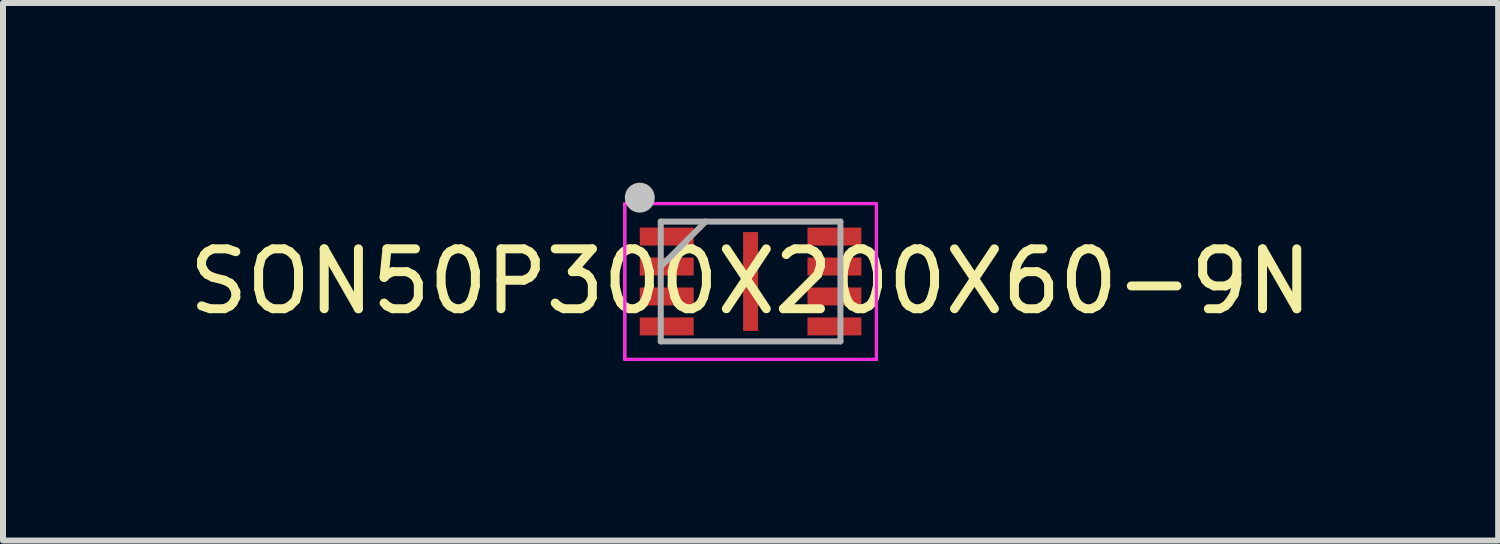
<source format=kicad_pcb>
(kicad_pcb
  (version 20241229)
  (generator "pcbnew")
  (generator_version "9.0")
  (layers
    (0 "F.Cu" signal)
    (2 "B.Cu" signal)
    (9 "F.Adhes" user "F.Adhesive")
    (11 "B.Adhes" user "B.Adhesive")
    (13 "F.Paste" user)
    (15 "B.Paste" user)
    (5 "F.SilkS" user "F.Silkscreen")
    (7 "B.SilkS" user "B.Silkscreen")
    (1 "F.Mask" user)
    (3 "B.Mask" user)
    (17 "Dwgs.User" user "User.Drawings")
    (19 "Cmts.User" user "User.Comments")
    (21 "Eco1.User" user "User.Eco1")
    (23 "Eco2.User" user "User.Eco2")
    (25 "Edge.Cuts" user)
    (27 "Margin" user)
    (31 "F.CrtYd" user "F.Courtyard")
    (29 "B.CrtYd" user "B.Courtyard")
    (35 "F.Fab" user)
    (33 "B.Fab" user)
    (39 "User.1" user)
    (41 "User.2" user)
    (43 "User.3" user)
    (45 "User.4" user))
  (footprint "SON50P300X200X60-9N"
    (layer "F.Cu")
    (at 9.482 1.65)
    (property "Reference" "SON50P300X200X60-9N" (at 0 0 0) (layer "F.SilkS") (effects (font (size 1 1) (thickness 0.15))))
    (attr smd)
    (fp_circle (center -1.85 -1.4) (end -1.725 -1.4) (stroke (width 0.25) (type solid)) (fill no) (layer "Dwgs.User"))
    (fp_line (start -2.1 -1.3) (end 2.1 -1.3) (stroke (width 0.05) (type solid)) (layer "F.CrtYd"))
    (fp_line (start -2.1 1.3) (end -2.1 -1.3) (stroke (width 0.05) (type solid)) (layer "F.CrtYd"))
    (fp_line (start 2.1 -1.3) (end 2.1 1.3) (stroke (width 0.05) (type solid)) (layer "F.CrtYd"))
    (fp_line (start 2.1 1.3) (end -2.1 1.3) (stroke (width 0.05) (type solid)) (layer "F.CrtYd"))
    (fp_line (start -2.1 -1.3) (end 2.1 -1.3) (stroke (width 0.05) (type solid)) (layer "F.Fab"))
    (fp_line (start -2.1 1.3) (end -2.1 -1.3) (stroke (width 0.05) (type solid)) (layer "F.Fab"))
    (fp_line (start -1.5 -1) (end -0.75 -1) (stroke (width 0.1) (type solid)) (layer "F.Fab"))
    (fp_line (start -1.5 -0.25) (end -1.5 -1) (stroke (width 0.1) (type solid)) (layer "F.Fab"))
    (fp_line (start -1.5 -0.25) (end -0.75 -1) (stroke (width 0.1) (type solid)) (layer "F.Fab"))
    (fp_line (start -1.5 1) (end -1.5 -0.25) (stroke (width 0.1) (type solid)) (layer "F.Fab"))
    (fp_line (start -0.75 -1) (end 1.5 -1) (stroke (width 0.1) (type solid)) (layer "F.Fab"))
    (fp_line (start 1.5 -1) (end 1.5 1) (stroke (width 0.1) (type solid)) (layer "F.Fab"))
    (fp_line (start 1.5 1) (end -1.5 1) (stroke (width 0.1) (type solid)) (layer "F.Fab"))
    (fp_line (start 2.1 -1.3) (end 2.1 1.3) (stroke (width 0.05) (type solid)) (layer "F.Fab"))
    (fp_line (start 2.1 1.3) (end -2.1 1.3) (stroke (width 0.05) (type solid)) (layer "F.Fab"))
    (pad "1" smd rect (at -1.4 -0.75) (size 0.9 0.3) (layers "F.Cu" "F.Mask" "F.Paste"))
    (pad "2" smd rect (at -1.4 -0.25) (size 0.9 0.3) (layers "F.Cu" "F.Mask" "F.Paste"))
    (pad "3" smd rect (at -1.4 0.25) (size 0.9 0.3) (layers "F.Cu" "F.Mask" "F.Paste"))
    (pad "4" smd rect (at -1.4 0.75) (size 0.9 0.3) (layers "F.Cu" "F.Mask" "F.Paste"))
    (pad "5" smd rect (at 1.4 0.75) (size 0.9 0.3) (layers "F.Cu" "F.Mask" "F.Paste"))
    (pad "6" smd rect (at 1.4 0.25) (size 0.9 0.3) (layers "F.Cu" "F.Mask" "F.Paste"))
    (pad "7" smd rect (at 1.4 -0.25) (size 0.9 0.3) (layers "F.Cu" "F.Mask" "F.Paste"))
    (pad "8" smd rect (at 1.4 -0.75) (size 0.9 0.3) (layers "F.Cu" "F.Mask" "F.Paste"))
    (pad "9" smd rect (at 0 0 90) (size 1.65 0.25) (layers "F.Cu" "F.Mask" "F.Paste")))
  (gr_rect
    (start -3 -3)
    (end 21.964 5.975)
    (stroke (width 0.1) (type default))
    (fill no)
    (layer "Edge.Cuts")))
</source>
